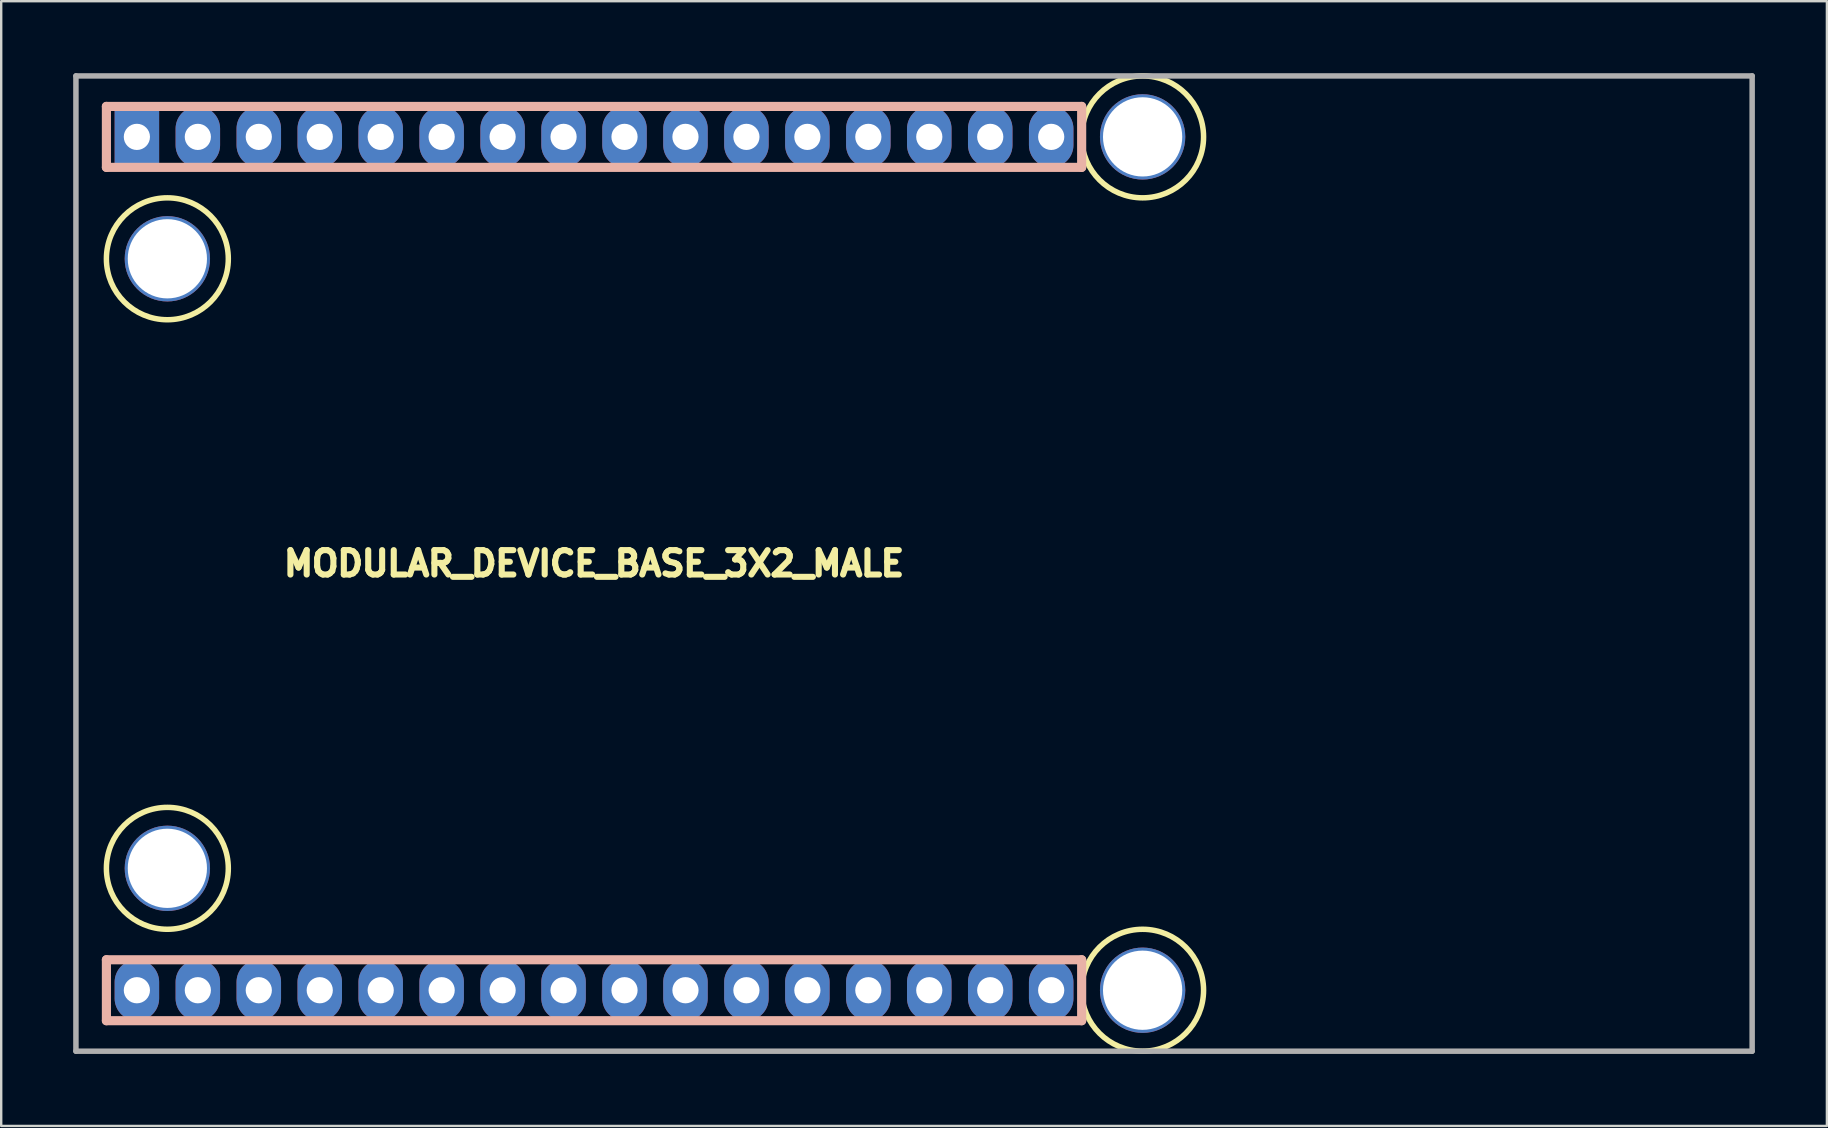
<source format=kicad_pcb>
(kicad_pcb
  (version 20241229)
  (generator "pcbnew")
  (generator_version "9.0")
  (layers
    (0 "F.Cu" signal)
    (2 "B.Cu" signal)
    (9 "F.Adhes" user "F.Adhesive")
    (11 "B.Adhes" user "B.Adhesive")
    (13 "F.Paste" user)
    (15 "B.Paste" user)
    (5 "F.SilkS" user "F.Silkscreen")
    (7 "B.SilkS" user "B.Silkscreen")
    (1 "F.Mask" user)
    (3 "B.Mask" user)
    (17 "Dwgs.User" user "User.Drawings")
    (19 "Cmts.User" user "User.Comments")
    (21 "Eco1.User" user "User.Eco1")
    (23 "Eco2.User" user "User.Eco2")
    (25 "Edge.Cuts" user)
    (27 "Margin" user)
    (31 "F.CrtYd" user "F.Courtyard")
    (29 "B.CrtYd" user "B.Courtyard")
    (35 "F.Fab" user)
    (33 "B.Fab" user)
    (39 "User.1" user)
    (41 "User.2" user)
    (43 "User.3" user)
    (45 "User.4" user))
  (footprint "MODULAR_DEVICE_BASE_3X2_MALE"
    (layer "F.Cu")
    (at 21.704 20.434)
    (property "Reference" "MODULAR_DEVICE_BASE_3X2_MALE" (at 0 0 0) (layer "F.SilkS") (effects (font (size 1.016 1.016) (thickness 0.254))))
    (attr through_hole)
    (fp_circle (center -17.78 -12.7) (end -15.24 -12.7) (stroke (width 0.229) (type solid)) (fill no) (layer "F.SilkS"))
    (fp_circle (center -17.78 12.7) (end -15.24 12.7) (stroke (width 0.229) (type solid)) (fill no) (layer "F.SilkS"))
    (fp_circle (center 22.86 -17.78) (end 25.4 -17.78) (stroke (width 0.229) (type solid)) (fill no) (layer "F.SilkS"))
    (fp_circle (center 22.86 17.78) (end 25.4 17.78) (stroke (width 0.229) (type solid)) (fill no) (layer "F.SilkS"))
    (fp_line (start -20.32 -19.05) (end -20.32 -16.51) (stroke (width 0.381) (type solid)) (layer "B.SilkS"))
    (fp_line (start -20.32 -16.51) (end 20.32 -16.51) (stroke (width 0.381) (type solid)) (layer "B.SilkS"))
    (fp_line (start -20.32 16.51) (end -20.32 19.05) (stroke (width 0.381) (type solid)) (layer "B.SilkS"))
    (fp_line (start -20.32 19.05) (end 20.32 19.05) (stroke (width 0.381) (type solid)) (layer "B.SilkS"))
    (fp_line (start 20.32 -19.05) (end -20.32 -19.05) (stroke (width 0.381) (type solid)) (layer "B.SilkS"))
    (fp_line (start 20.32 -16.51) (end 20.32 -19.05) (stroke (width 0.381) (type solid)) (layer "B.SilkS"))
    (fp_line (start 20.32 16.51) (end -20.32 16.51) (stroke (width 0.381) (type solid)) (layer "B.SilkS"))
    (fp_line (start 20.32 19.05) (end 20.32 16.51) (stroke (width 0.381) (type solid)) (layer "B.SilkS"))
    (fp_line (start -21.59 -20.32) (end -21.59 20.32) (stroke (width 0.229) (type solid)) (layer "F.Fab"))
    (fp_line (start -21.59 20.32) (end 48.26 20.32) (stroke (width 0.229) (type solid)) (layer "F.Fab"))
    (fp_line (start 48.26 -20.32) (end -21.59 -20.32) (stroke (width 0.229) (type solid)) (layer "F.Fab"))
    (fp_line (start 48.26 20.32) (end 48.26 -20.32) (stroke (width 0.229) (type solid)) (layer "F.Fab"))
    (pad "" thru_hole circle (at -17.78 -12.7) (size 3.556 3.556) (drill 3.302) (layers "*.Cu" "*.Mask"))
    (pad "" thru_hole circle (at -17.78 12.7) (size 3.556 3.556) (drill 3.302) (layers "*.Cu" "*.Mask"))
    (pad "" thru_hole circle (at 22.86 -17.78) (size 3.556 3.556) (drill 3.302) (layers "*.Cu" "*.Mask"))
    (pad "" thru_hole circle (at 22.86 17.78) (size 3.556 3.556) (drill 3.302) (layers "*.Cu" "*.Mask"))
    (pad "2" thru_hole oval (at -8.89 -17.78) (size 1.854 2.54) (drill 1.092) (layers "*.Cu" "*.Mask"))
    (pad "3" thru_hole oval (at -6.35 -17.78) (size 1.854 2.54) (drill 1.092) (layers "*.Cu" "*.Mask"))
    (pad "3V3" thru_hole oval (at -11.43 17.78) (size 1.854 2.54) (drill 1.092) (layers "*.Cu" "*.Mask"))
    (pad "4" thru_hole oval (at -3.81 -17.78) (size 1.854 2.54) (drill 1.092) (layers "*.Cu" "*.Mask"))
    (pad "5" thru_hole oval (at -1.27 -17.78) (size 1.854 2.54) (drill 1.092) (layers "*.Cu" "*.Mask"))
    (pad "6" thru_hole oval (at 1.27 -17.78) (size 1.854 2.54) (drill 1.092) (layers "*.Cu" "*.Mask"))
    (pad "9" thru_hole oval (at 8.89 -17.78) (size 1.854 2.54) (drill 1.092) (layers "*.Cu" "*.Mask"))
    (pad "10" thru_hole oval (at 11.43 -17.78) (size 1.854 2.54) (drill 1.092) (layers "*.Cu" "*.Mask"))
    (pad "11" thru_hole oval (at 13.97 -17.78) (size 1.854 2.54) (drill 1.092) (layers "*.Cu" "*.Mask"))
    (pad "12" thru_hole oval (at 16.51 -17.78) (size 1.854 2.54) (drill 1.092) (layers "*.Cu" "*.Mask"))
    (pad "13" thru_hole oval (at 16.51 17.78) (size 1.854 2.54) (drill 1.092) (layers "*.Cu" "*.Mask"))
    (pad "14" thru_hole oval (at 13.97 17.78) (size 1.854 2.54) (drill 1.092) (layers "*.Cu" "*.Mask"))
    (pad "15" thru_hole oval (at 11.43 17.78) (size 1.854 2.54) (drill 1.092) (layers "*.Cu" "*.Mask"))
    (pad "16" thru_hole oval (at 8.89 17.78) (size 1.854 2.54) (drill 1.092) (layers "*.Cu" "*.Mask"))
    (pad "17" thru_hole oval (at 6.35 17.78) (size 1.854 2.54) (drill 1.092) (layers "*.Cu" "*.Mask"))
    (pad "18" thru_hole oval (at 3.81 17.78) (size 1.854 2.54) (drill 1.092) (layers "*.Cu" "*.Mask"))
    (pad "19" thru_hole oval (at 1.27 17.78) (size 1.854 2.54) (drill 1.092) (layers "*.Cu" "*.Mask"))
    (pad "20" thru_hole oval (at -1.27 17.78) (size 1.854 2.54) (drill 1.092) (layers "*.Cu" "*.Mask"))
    (pad "21" thru_hole oval (at -3.81 17.78) (size 1.854 2.54) (drill 1.092) (layers "*.Cu" "*.Mask"))
    (pad "22" thru_hole oval (at -6.35 17.78) (size 1.854 2.54) (drill 1.092) (layers "*.Cu" "*.Mask"))
    (pad "23" thru_hole oval (at -8.89 17.78) (size 1.854 2.54) (drill 1.092) (layers "*.Cu" "*.Mask"))
    (pad "24" thru_hole oval (at -13.97 -17.78) (size 1.854 2.54) (drill 1.092) (layers "*.Cu" "*.Mask"))
    (pad "25" thru_hole oval (at -11.43 -17.78) (size 1.854 2.54) (drill 1.092) (layers "*.Cu" "*.Mask"))
    (pad "28" thru_hole oval (at 19.05 -17.78) (size 1.854 2.54) (drill 1.092) (layers "*.Cu" "*.Mask"))
    (pad "29" thru_hole oval (at 6.35 -17.78) (size 1.854 2.54) (drill 1.092) (layers "*.Cu" "*.Mask"))
    (pad "30" thru_hole oval (at 3.81 -17.78) (size 1.854 2.54) (drill 1.092) (layers "*.Cu" "*.Mask"))
    (pad "AGND" thru_hole oval (at -13.97 17.78) (size 1.854 2.54) (drill 1.092) (layers "*.Cu" "*.Mask"))
    (pad "AREF" thru_hole oval (at -19.05 17.78) (size 1.854 2.54) (drill 1.092) (layers "*.Cu" "*.Mask"))
    (pad "DAC" thru_hole oval (at 19.05 17.78) (size 1.854 2.54) (drill 1.092) (layers "*.Cu" "*.Mask"))
    (pad "GND" thru_hole oval (at -16.51 -17.78) (size 1.854 2.54) (drill 1.092) (layers "*.Cu" "*.Mask"))
    (pad "VDD" thru_hole rect (at -19.05 -17.78) (size 1.854 2.54) (drill 1.092) (layers "*.Cu" "*.Mask"))
    (pad "VEE" thru_hole oval (at -16.51 17.78) (size 1.854 2.54) (drill 1.092) (layers "*.Cu" "*.Mask")))
  (gr_rect
    (start -3 -3)
    (end 73.079 43.869)
    (stroke (width 0.1) (type default))
    (fill no)
    (layer "Edge.Cuts")))
</source>
